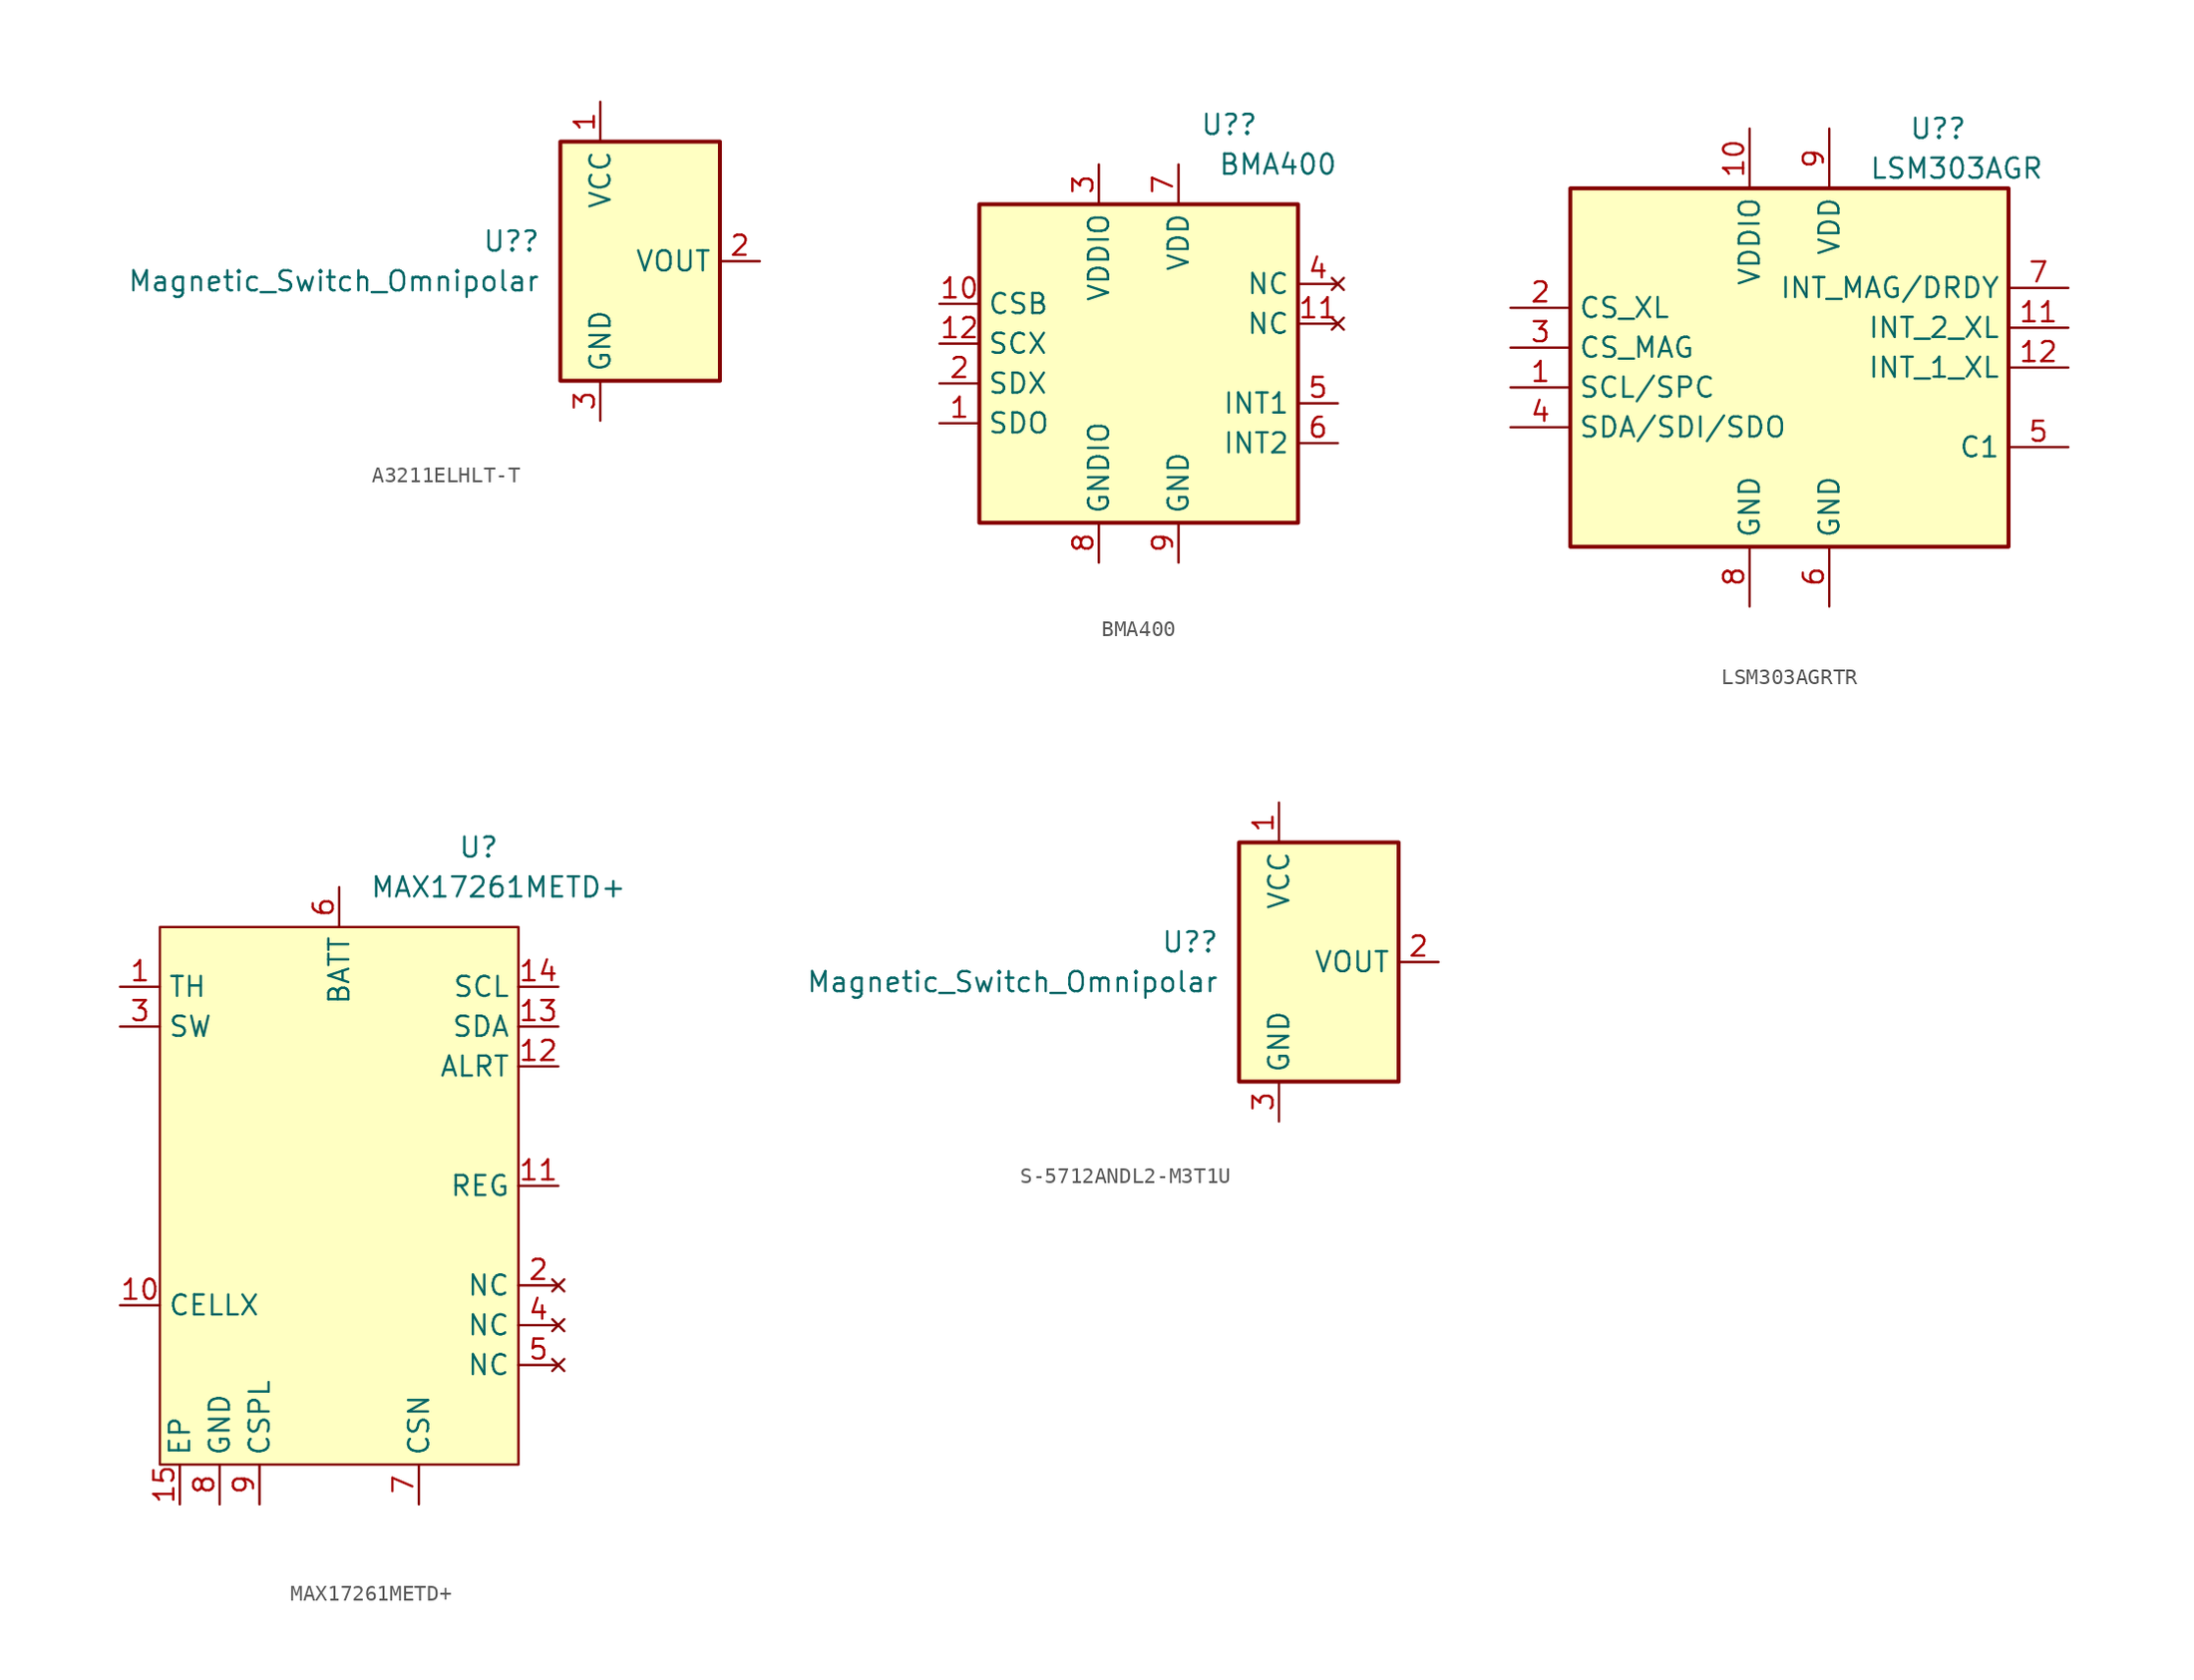
<source format=kicad_sym>
(kicad_symbol_lib
  (version 20220914)
  (generator kicad_symbol_editor)
  (symbol "A3211ELHLT-T"
    (property "Reference" "U?"
      (at -6.35 1.27 0)
      (effects (font (size 1.27 1.27)) (justify right)))
    (property "Value" "Magnetic_Switch_Omnipolar"
      (at -6.35 -1.27 0)
      (effects (font (size 1.27 1.27)) (justify right)))
    (symbol "A3211ELHLT-T_0_1"
      (rectangle (start -5.08 7.62) (end 5.08 -7.62) (stroke (width 0.254) (type default)) (fill (type background))))
    (symbol "A3211ELHLT-T_1_1"
      (pin power_in line (at -2.54 10.16 270) (length 2.54) (name "VCC" (effects (font (size 1.27 1.27)))) (number "1" (effects (font (size 1.27 1.27)))))
      (pin open_collector line (at 7.62 0 180) (length 2.54) (name "VOUT" (effects (font (size 1.27 1.27)))) (number "2" (effects (font (size 1.27 1.27)))))
      (pin power_in line (at -2.54 -10.16 90) (length 2.54) (name "GND" (effects (font (size 1.27 1.27)))) (number "3" (effects (font (size 1.27 1.27)))))))
  (symbol "BMA400"
    (property "Reference" "U?"
      (at 7.62 15.24 0)
      (effects (font (size 1.27 1.27)) (justify right)))
    (property "Value" "BMA400"
      (at 12.7 12.7 0)
      (effects (font (size 1.27 1.27)) (justify right)))
    (symbol "BMA400_0_1"
      (rectangle (start -10.16 10.16) (end 10.16 -10.16) (stroke (width 0.254) (type default)) (fill (type background))))
    (symbol "BMA400_1_0"
      (pin no_connect line (at 12.7 2.54 180) (length 2.54) (name "NC" (effects (font (size 1.27 1.27)))) (number "11" (effects (font (size 1.27 1.27)))))
      (pin no_connect line (at 12.7 5.08 180) (length 2.54) (name "NC" (effects (font (size 1.27 1.27)))) (number "4" (effects (font (size 1.27 1.27)))))
      (pin output line (at 12.7 -2.54 180) (length 2.54) (name "INT1" (effects (font (size 1.27 1.27)))) (number "5" (effects (font (size 1.27 1.27)))))
      (pin output line (at 12.7 -5.08 180) (length 2.54) (name "INT2" (effects (font (size 1.27 1.27)))) (number "6" (effects (font (size 1.27 1.27))))))
    (symbol "BMA400_1_1"
      (pin bidirectional line (at -12.7 -3.81 0) (length 2.54) (name "SDO" (effects (font (size 1.27 1.27)))) (number "1" (effects (font (size 1.27 1.27)))))
      (pin input line (at -12.7 3.81 0) (length 2.54) (name "CSB" (effects (font (size 1.27 1.27)))) (number "10" (effects (font (size 1.27 1.27)))))
      (pin input line (at -12.7 1.27 0) (length 2.54) (name "SCX" (effects (font (size 1.27 1.27)))) (number "12" (effects (font (size 1.27 1.27)))))
      (pin bidirectional line (at -12.7 -1.27 0) (length 2.54) (name "SDX" (effects (font (size 1.27 1.27)))) (number "2" (effects (font (size 1.27 1.27)))))
      (pin power_in line (at -2.54 12.7 270) (length 2.54) (name "VDDIO" (effects (font (size 1.27 1.27)))) (number "3" (effects (font (size 1.27 1.27)))))
      (pin power_in line (at 2.54 12.7 270) (length 2.54) (name "VDD" (effects (font (size 1.27 1.27)))) (number "7" (effects (font (size 1.27 1.27)))))
      (pin power_in line (at -2.54 -12.7 90) (length 2.54) (name "GNDIO" (effects (font (size 1.27 1.27)))) (number "8" (effects (font (size 1.27 1.27)))))
      (pin power_in line (at 2.54 -12.7 90) (length 2.54) (name "GND" (effects (font (size 1.27 1.27)))) (number "9" (effects (font (size 1.27 1.27)))))))
  (symbol "LSM303AGRTR"
    (property "Reference" "U?"
      (at 7.62 15.24 0)
      (do_not_autoplace)
      (effects (font (size 1.27 1.27)) (justify left)))
    (property "Value" "LSM303AGR"
      (at 5.08 12.7 0)
      (do_not_autoplace)
      (effects (font (size 1.27 1.27)) (justify left)))
    (symbol "LSM303AGRTR_0_1"
      (rectangle (start -13.97 11.43) (end 13.97 -11.43) (stroke (width 0.254) (type default)) (fill (type background))))
    (symbol "LSM303AGRTR_1_1"
      (pin input line (at -17.78 -1.27 0) (length 3.81) (name "SCL/SPC" (effects (font (size 1.27 1.27)))) (number "1" (effects (font (size 1.27 1.27)))))
      (pin power_in line (at -2.54 15.24 270) (length 3.81) (name "VDDIO" (effects (font (size 1.27 1.27)))) (number "10" (effects (font (size 1.27 1.27)))))
      (pin output line (at 17.78 2.54 180) (length 3.81) (name "INT_2_XL" (effects (font (size 1.27 1.27)))) (number "11" (effects (font (size 1.27 1.27)))))
      (pin output line (at 17.78 0 180) (length 3.81) (name "INT_1_XL" (effects (font (size 1.27 1.27)))) (number "12" (effects (font (size 1.27 1.27)))))
      (pin input line (at -17.78 3.81 0) (length 3.81) (name "CS_XL" (effects (font (size 1.27 1.27)))) (number "2" (effects (font (size 1.27 1.27)))))
      (pin input line (at -17.78 1.27 0) (length 3.81) (name "CS_MAG" (effects (font (size 1.27 1.27)))) (number "3" (effects (font (size 1.27 1.27)))))
      (pin bidirectional line (at -17.78 -3.81 0) (length 3.81) (name "SDA/SDI/SDO" (effects (font (size 1.27 1.27)))) (number "4" (effects (font (size 1.27 1.27)))))
      (pin passive line (at 17.78 -5.08 180) (length 3.81) (name "C1" (effects (font (size 1.27 1.27)))) (number "5" (effects (font (size 1.27 1.27)))))
      (pin power_in line (at 2.54 -15.24 90) (length 3.81) (name "GND" (effects (font (size 1.27 1.27)))) (number "6" (effects (font (size 1.27 1.27)))))
      (pin output line (at 17.78 5.08 180) (length 3.81) (name "INT_MAG/DRDY" (effects (font (size 1.27 1.27)))) (number "7" (effects (font (size 1.27 1.27)))))
      (pin passive line (at -2.54 -15.24 90) (length 3.81) (name "GND" (effects (font (size 1.27 1.27)))) (number "8" (effects (font (size 1.27 1.27)))))
      (pin power_in line (at 2.54 15.24 270) (length 3.81) (name "VDD" (effects (font (size 1.27 1.27)))) (number "9" (effects (font (size 1.27 1.27)))))))
  (symbol "MAX17261METD+"
    (property "Reference" "U"
      (at 8.89 20.32 0)
      (effects (font (size 1.27 1.27))))
    (property "Value" "MAX17261METD+"
      (at 10.16 17.78 0)
      (effects (font (size 1.27 1.27))))
    (symbol "MAX17261METD+_0_0"
      (pin input line (at -13.97 11.43 0) (length 2.54) (name "TH" (effects (font (size 1.27 1.27)))) (number "1" (effects (font (size 1.27 1.27)))))
      (pin input line (at -13.97 -8.89 0) (length 2.54) (name "CELLX" (effects (font (size 1.27 1.27)))) (number "10" (effects (font (size 1.27 1.27)))))
      (pin output line (at 13.97 -1.27 180) (length 2.54) (name "REG" (effects (font (size 1.27 1.27)))) (number "11" (effects (font (size 1.27 1.27)))))
      (pin open_collector line (at 13.97 6.35 180) (length 2.54) (name "ALRT" (effects (font (size 1.27 1.27)))) (number "12" (effects (font (size 1.27 1.27)))))
      (pin bidirectional line (at 13.97 8.89 180) (length 2.54) (name "SDA" (effects (font (size 1.27 1.27)))) (number "13" (effects (font (size 1.27 1.27)))))
      (pin input line (at 13.97 11.43 180) (length 2.54) (name "SCL" (effects (font (size 1.27 1.27)))) (number "14" (effects (font (size 1.27 1.27)))))
      (pin passive line (at -10.16 -21.59 90) (length 2.54) (name "EP" (effects (font (size 1.27 1.27)))) (number "15" (effects (font (size 1.27 1.27)))))
      (pin no_connect line (at 13.97 -7.62 180) (length 2.54) (name "NC" (effects (font (size 1.27 1.27)))) (number "2" (effects (font (size 1.27 1.27)))))
      (pin output line (at -13.97 8.89 0) (length 2.54) (name "SW" (effects (font (size 1.27 1.27)))) (number "3" (effects (font (size 1.27 1.27)))))
      (pin no_connect line (at 13.97 -10.16 180) (length 2.54) (name "NC" (effects (font (size 1.27 1.27)))) (number "4" (effects (font (size 1.27 1.27)))))
      (pin no_connect line (at 13.97 -12.7 180) (length 2.54) (name "NC" (effects (font (size 1.27 1.27)))) (number "5" (effects (font (size 1.27 1.27)))))
      (pin power_in line (at 0 17.78 270) (length 2.54) (name "BATT" (effects (font (size 1.27 1.27)))) (number "6" (effects (font (size 1.27 1.27)))))
      (pin passive line (at 5.08 -21.59 90) (length 2.54) (name "CSN" (effects (font (size 1.27 1.27)))) (number "7" (effects (font (size 1.27 1.27)))))
      (pin power_in line (at -7.62 -21.59 90) (length 2.54) (name "GND" (effects (font (size 1.27 1.27)))) (number "8" (effects (font (size 1.27 1.27)))))
      (pin passive line (at -5.08 -21.59 90) (length 2.54) (name "CSPL" (effects (font (size 1.27 1.27)))) (number "9" (effects (font (size 1.27 1.27))))))
    (symbol "MAX17261METD+_1_1"
      (rectangle (start -11.43 15.24) (end 11.43 -19.05) (stroke (width 0) (type default)) (fill (type background)))))
  (symbol "S-5712ANDL2-M3T1U"
    (property "Reference" "U?"
      (at -6.35 1.27 0)
      (effects (font (size 1.27 1.27)) (justify right)))
    (property "Value" "Magnetic_Switch_Omnipolar"
      (at -6.35 -1.27 0)
      (effects (font (size 1.27 1.27)) (justify right)))
    (symbol "S-5712ANDL2-M3T1U_0_1"
      (rectangle (start -5.08 7.62) (end 5.08 -7.62) (stroke (width 0.254) (type default)) (fill (type background))))
    (symbol "S-5712ANDL2-M3T1U_1_1"
      (pin power_in line (at -2.54 10.16 270) (length 2.54) (name "VCC" (effects (font (size 1.27 1.27)))) (number "1" (effects (font (size 1.27 1.27)))))
      (pin open_collector line (at 7.62 0 180) (length 2.54) (name "VOUT" (effects (font (size 1.27 1.27)))) (number "2" (effects (font (size 1.27 1.27)))))
      (pin power_in line (at -2.54 -10.16 90) (length 2.54) (name "GND" (effects (font (size 1.27 1.27)))) (number "3" (effects (font (size 1.27 1.27))))))))
</source>
